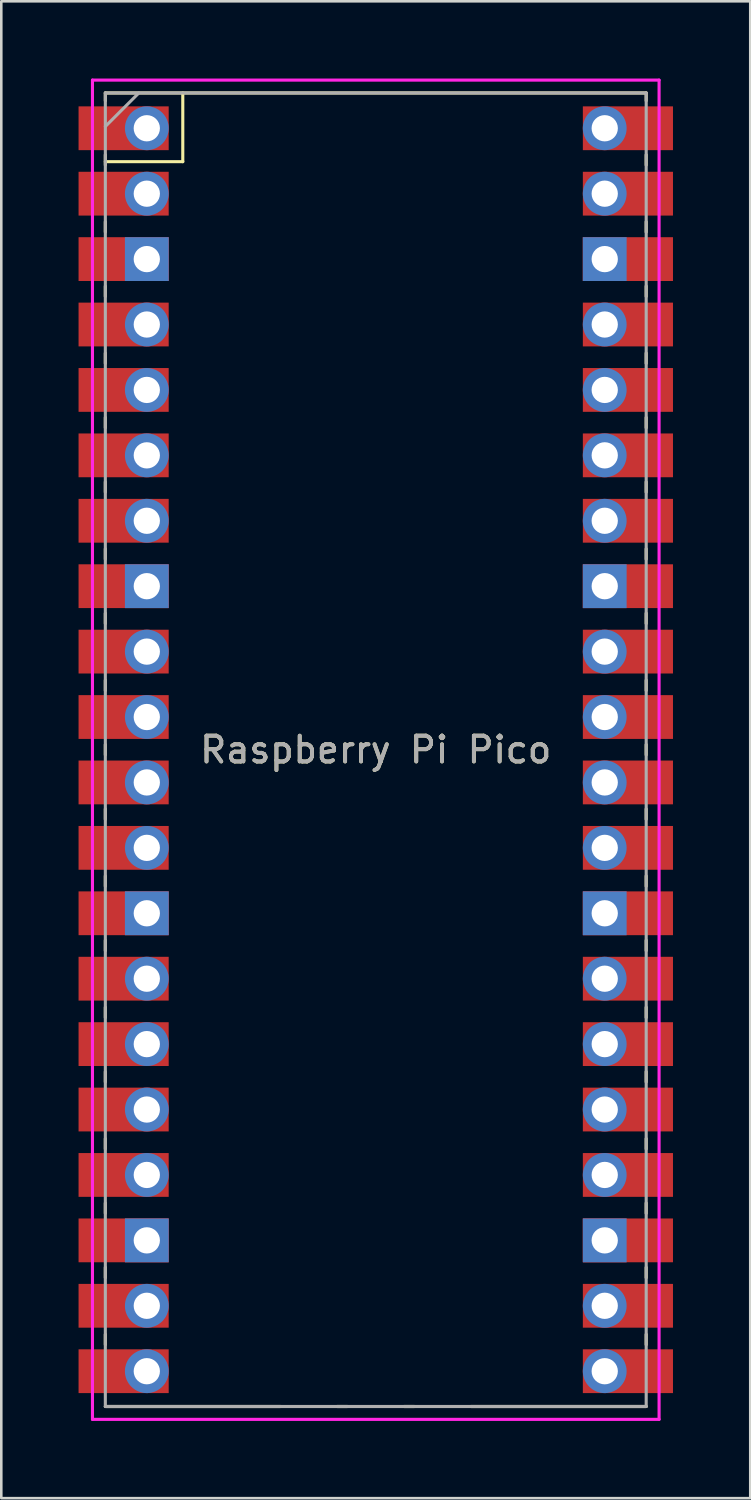
<source format=kicad_pcb>
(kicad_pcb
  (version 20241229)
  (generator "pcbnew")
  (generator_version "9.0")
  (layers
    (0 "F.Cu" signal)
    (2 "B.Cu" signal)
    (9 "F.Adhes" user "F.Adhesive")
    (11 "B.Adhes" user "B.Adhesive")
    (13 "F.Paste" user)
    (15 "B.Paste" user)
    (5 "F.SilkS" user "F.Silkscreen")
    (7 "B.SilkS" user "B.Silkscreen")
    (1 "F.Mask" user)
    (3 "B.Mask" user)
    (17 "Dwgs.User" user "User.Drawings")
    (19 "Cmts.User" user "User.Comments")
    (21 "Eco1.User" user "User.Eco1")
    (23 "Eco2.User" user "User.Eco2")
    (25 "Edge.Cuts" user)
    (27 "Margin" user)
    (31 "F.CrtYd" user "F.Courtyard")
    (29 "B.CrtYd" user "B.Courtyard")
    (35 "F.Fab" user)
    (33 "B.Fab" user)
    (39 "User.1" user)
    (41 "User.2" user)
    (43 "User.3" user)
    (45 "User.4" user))
  (footprint "Raspberry Pi Pico"
    (layer "F.Cu")
    (at 11.54 26.06)
    (property "Reference" "Raspberry Pi Pico" (at 0 0 0) (layer "F.SilkS") (effects (font (size 1 1) (thickness 0.15))))
    (attr through_hole)
    (fp_line (start -10.5 -25.5) (end -10.5 -25.2) (stroke (width 0.12) (type solid)) (layer "F.SilkS"))
    (fp_line (start -10.5 -25.5) (end 10.5 -25.5) (stroke (width 0.12) (type solid)) (layer "F.SilkS"))
    (fp_line (start -10.5 -23.1) (end -10.5 -22.7) (stroke (width 0.12) (type solid)) (layer "F.SilkS"))
    (fp_line (start -10.5 -22.833) (end -7.493 -22.833) (stroke (width 0.12) (type solid)) (layer "F.SilkS"))
    (fp_line (start -10.5 -20.5) (end -10.5 -20.1) (stroke (width 0.12) (type solid)) (layer "F.SilkS"))
    (fp_line (start -10.5 -18) (end -10.5 -17.6) (stroke (width 0.12) (type solid)) (layer "F.SilkS"))
    (fp_line (start -10.5 -15.4) (end -10.5 -15) (stroke (width 0.12) (type solid)) (layer "F.SilkS"))
    (fp_line (start -10.5 -12.9) (end -10.5 -12.5) (stroke (width 0.12) (type solid)) (layer "F.SilkS"))
    (fp_line (start -10.5 -10.4) (end -10.5 -10) (stroke (width 0.12) (type solid)) (layer "F.SilkS"))
    (fp_line (start -10.5 -7.8) (end -10.5 -7.4) (stroke (width 0.12) (type solid)) (layer "F.SilkS"))
    (fp_line (start -10.5 -5.3) (end -10.5 -4.9) (stroke (width 0.12) (type solid)) (layer "F.SilkS"))
    (fp_line (start -10.5 -2.7) (end -10.5 -2.3) (stroke (width 0.12) (type solid)) (layer "F.SilkS"))
    (fp_line (start -10.5 -0.2) (end -10.5 0.2) (stroke (width 0.12) (type solid)) (layer "F.SilkS"))
    (fp_line (start -10.5 2.3) (end -10.5 2.7) (stroke (width 0.12) (type solid)) (layer "F.SilkS"))
    (fp_line (start -10.5 4.9) (end -10.5 5.3) (stroke (width 0.12) (type solid)) (layer "F.SilkS"))
    (fp_line (start -10.5 7.4) (end -10.5 7.8) (stroke (width 0.12) (type solid)) (layer "F.SilkS"))
    (fp_line (start -10.5 10) (end -10.5 10.4) (stroke (width 0.12) (type solid)) (layer "F.SilkS"))
    (fp_line (start -10.5 12.5) (end -10.5 12.9) (stroke (width 0.12) (type solid)) (layer "F.SilkS"))
    (fp_line (start -10.5 15.1) (end -10.5 15.5) (stroke (width 0.12) (type solid)) (layer "F.SilkS"))
    (fp_line (start -10.5 17.6) (end -10.5 18) (stroke (width 0.12) (type solid)) (layer "F.SilkS"))
    (fp_line (start -10.5 20.1) (end -10.5 20.5) (stroke (width 0.12) (type solid)) (layer "F.SilkS"))
    (fp_line (start -10.5 22.7) (end -10.5 23.1) (stroke (width 0.12) (type solid)) (layer "F.SilkS"))
    (fp_line (start -7.493 -22.833) (end -7.493 -25.5) (stroke (width 0.12) (type solid)) (layer "F.SilkS"))
    (fp_line (start -3.7 25.5) (end -10.5 25.5) (stroke (width 0.12) (type solid)) (layer "F.SilkS"))
    (fp_line (start -1.5 25.5) (end -1.1 25.5) (stroke (width 0.12) (type solid)) (layer "F.SilkS"))
    (fp_line (start 1.1 25.5) (end 1.5 25.5) (stroke (width 0.12) (type solid)) (layer "F.SilkS"))
    (fp_line (start 10.5 -25.5) (end 10.5 -25.2) (stroke (width 0.12) (type solid)) (layer "F.SilkS"))
    (fp_line (start 10.5 -23.1) (end 10.5 -22.7) (stroke (width 0.12) (type solid)) (layer "F.SilkS"))
    (fp_line (start 10.5 -20.5) (end 10.5 -20.1) (stroke (width 0.12) (type solid)) (layer "F.SilkS"))
    (fp_line (start 10.5 -18) (end 10.5 -17.6) (stroke (width 0.12) (type solid)) (layer "F.SilkS"))
    (fp_line (start 10.5 -15.4) (end 10.5 -15) (stroke (width 0.12) (type solid)) (layer "F.SilkS"))
    (fp_line (start 10.5 -12.9) (end 10.5 -12.5) (stroke (width 0.12) (type solid)) (layer "F.SilkS"))
    (fp_line (start 10.5 -10.4) (end 10.5 -10) (stroke (width 0.12) (type solid)) (layer "F.SilkS"))
    (fp_line (start 10.5 -7.8) (end 10.5 -7.4) (stroke (width 0.12) (type solid)) (layer "F.SilkS"))
    (fp_line (start 10.5 -5.3) (end 10.5 -4.9) (stroke (width 0.12) (type solid)) (layer "F.SilkS"))
    (fp_line (start 10.5 -2.7) (end 10.5 -2.3) (stroke (width 0.12) (type solid)) (layer "F.SilkS"))
    (fp_line (start 10.5 -0.2) (end 10.5 0.2) (stroke (width 0.12) (type solid)) (layer "F.SilkS"))
    (fp_line (start 10.5 2.3) (end 10.5 2.7) (stroke (width 0.12) (type solid)) (layer "F.SilkS"))
    (fp_line (start 10.5 4.9) (end 10.5 5.3) (stroke (width 0.12) (type solid)) (layer "F.SilkS"))
    (fp_line (start 10.5 7.4) (end 10.5 7.8) (stroke (width 0.12) (type solid)) (layer "F.SilkS"))
    (fp_line (start 10.5 10) (end 10.5 10.4) (stroke (width 0.12) (type solid)) (layer "F.SilkS"))
    (fp_line (start 10.5 12.5) (end 10.5 12.9) (stroke (width 0.12) (type solid)) (layer "F.SilkS"))
    (fp_line (start 10.5 15.1) (end 10.5 15.5) (stroke (width 0.12) (type solid)) (layer "F.SilkS"))
    (fp_line (start 10.5 17.6) (end 10.5 18) (stroke (width 0.12) (type solid)) (layer "F.SilkS"))
    (fp_line (start 10.5 20.1) (end 10.5 20.5) (stroke (width 0.12) (type solid)) (layer "F.SilkS"))
    (fp_line (start 10.5 22.7) (end 10.5 23.1) (stroke (width 0.12) (type solid)) (layer "F.SilkS"))
    (fp_line (start 10.5 25.5) (end 3.7 25.5) (stroke (width 0.12) (type solid)) (layer "F.SilkS"))
    (fp_line (start -11 -26) (end 11 -26) (stroke (width 0.12) (type solid)) (layer "F.CrtYd"))
    (fp_line (start -11 26) (end -11 -26) (stroke (width 0.12) (type solid)) (layer "F.CrtYd"))
    (fp_line (start 11 -26) (end 11 26) (stroke (width 0.12) (type solid)) (layer "F.CrtYd"))
    (fp_line (start 11 26) (end -11 26) (stroke (width 0.12) (type solid)) (layer "F.CrtYd"))
    (fp_line (start -10.5 -25.5) (end 10.5 -25.5) (stroke (width 0.12) (type solid)) (layer "F.Fab"))
    (fp_line (start -10.5 -24.2) (end -9.2 -25.5) (stroke (width 0.12) (type solid)) (layer "F.Fab"))
    (fp_line (start -10.5 25.5) (end -10.5 -25.5) (stroke (width 0.12) (type solid)) (layer "F.Fab"))
    (fp_line (start 10.5 -25.5) (end 10.5 25.5) (stroke (width 0.12) (type solid)) (layer "F.Fab"))
    (fp_line (start 10.5 25.5) (end -10.5 25.5) (stroke (width 0.12) (type solid)) (layer "F.Fab"))
    (fp_text user "${REFERENCE}" (at 0 0 180) (layer "F.Fab") (effects (font (size 1 1) (thickness 0.15))))
    (pad "1" thru_hole oval (at -8.89 -24.13) (size 1.7 1.7) (drill 1.02) (layers "*.Cu" "*.Mask"))
    (pad "1" smd rect (at -8.89 -24.13) (size 3.5 1.7) (drill (offset -0.9 0)) (layers "F.Cu" "F.Mask" "F.Paste"))
    (pad "2" thru_hole oval (at -8.89 -21.59) (size 1.7 1.7) (drill 1.02) (layers "*.Cu" "*.Mask"))
    (pad "2" smd rect (at -8.89 -21.59) (size 3.5 1.7) (drill (offset -0.9 0)) (layers "F.Cu" "F.Mask" "F.Paste"))
    (pad "3" thru_hole rect (at -8.89 -19.05) (size 1.7 1.7) (drill 1.02) (layers "*.Cu" "*.Mask"))
    (pad "3" smd rect (at -8.89 -19.05) (size 3.5 1.7) (drill (offset -0.9 0)) (layers "F.Cu" "F.Mask" "F.Paste"))
    (pad "4" thru_hole oval (at -8.89 -16.51) (size 1.7 1.7) (drill 1.02) (layers "*.Cu" "*.Mask"))
    (pad "4" smd rect (at -8.89 -16.51) (size 3.5 1.7) (drill (offset -0.9 0)) (layers "F.Cu" "F.Mask" "F.Paste"))
    (pad "5" thru_hole oval (at -8.89 -13.97) (size 1.7 1.7) (drill 1.02) (layers "*.Cu" "*.Mask"))
    (pad "5" smd rect (at -8.89 -13.97) (size 3.5 1.7) (drill (offset -0.9 0)) (layers "F.Cu" "F.Mask" "F.Paste"))
    (pad "6" thru_hole oval (at -8.89 -11.43) (size 1.7 1.7) (drill 1.02) (layers "*.Cu" "*.Mask"))
    (pad "6" smd rect (at -8.89 -11.43) (size 3.5 1.7) (drill (offset -0.9 0)) (layers "F.Cu" "F.Mask" "F.Paste"))
    (pad "7" thru_hole oval (at -8.89 -8.89) (size 1.7 1.7) (drill 1.02) (layers "*.Cu" "*.Mask"))
    (pad "7" smd rect (at -8.89 -8.89) (size 3.5 1.7) (drill (offset -0.9 0)) (layers "F.Cu" "F.Mask" "F.Paste"))
    (pad "8" thru_hole rect (at -8.89 -6.35) (size 1.7 1.7) (drill 1.02) (layers "*.Cu" "*.Mask"))
    (pad "8" smd rect (at -8.89 -6.35) (size 3.5 1.7) (drill (offset -0.9 0)) (layers "F.Cu" "F.Mask" "F.Paste"))
    (pad "9" thru_hole oval (at -8.89 -3.81) (size 1.7 1.7) (drill 1.02) (layers "*.Cu" "*.Mask"))
    (pad "9" smd rect (at -8.89 -3.81) (size 3.5 1.7) (drill (offset -0.9 0)) (layers "F.Cu" "F.Mask" "F.Paste"))
    (pad "10" thru_hole oval (at -8.89 -1.27) (size 1.7 1.7) (drill 1.02) (layers "*.Cu" "*.Mask"))
    (pad "10" smd rect (at -8.89 -1.27) (size 3.5 1.7) (drill (offset -0.9 0)) (layers "F.Cu" "F.Mask" "F.Paste"))
    (pad "11" thru_hole oval (at -8.89 1.27) (size 1.7 1.7) (drill 1.02) (layers "*.Cu" "*.Mask"))
    (pad "11" smd rect (at -8.89 1.27) (size 3.5 1.7) (drill (offset -0.9 0)) (layers "F.Cu" "F.Mask" "F.Paste"))
    (pad "12" thru_hole oval (at -8.89 3.81) (size 1.7 1.7) (drill 1.02) (layers "*.Cu" "*.Mask"))
    (pad "12" smd rect (at -8.89 3.81) (size 3.5 1.7) (drill (offset -0.9 0)) (layers "F.Cu" "F.Mask" "F.Paste"))
    (pad "13" thru_hole rect (at -8.89 6.35) (size 1.7 1.7) (drill 1.02) (layers "*.Cu" "*.Mask"))
    (pad "13" smd rect (at -8.89 6.35) (size 3.5 1.7) (drill (offset -0.9 0)) (layers "F.Cu" "F.Mask" "F.Paste"))
    (pad "14" thru_hole oval (at -8.89 8.89) (size 1.7 1.7) (drill 1.02) (layers "*.Cu" "*.Mask"))
    (pad "14" smd rect (at -8.89 8.89) (size 3.5 1.7) (drill (offset -0.9 0)) (layers "F.Cu" "F.Mask" "F.Paste"))
    (pad "15" thru_hole oval (at -8.89 11.43) (size 1.7 1.7) (drill 1.02) (layers "*.Cu" "*.Mask"))
    (pad "15" smd rect (at -8.89 11.43) (size 3.5 1.7) (drill (offset -0.9 0)) (layers "F.Cu" "F.Mask" "F.Paste"))
    (pad "16" thru_hole oval (at -8.89 13.97) (size 1.7 1.7) (drill 1.02) (layers "*.Cu" "*.Mask"))
    (pad "16" smd rect (at -8.89 13.97) (size 3.5 1.7) (drill (offset -0.9 0)) (layers "F.Cu" "F.Mask" "F.Paste"))
    (pad "17" thru_hole oval (at -8.89 16.51) (size 1.7 1.7) (drill 1.02) (layers "*.Cu" "*.Mask"))
    (pad "17" smd rect (at -8.89 16.51) (size 3.5 1.7) (drill (offset -0.9 0)) (layers "F.Cu" "F.Mask" "F.Paste"))
    (pad "18" thru_hole rect (at -8.89 19.05) (size 1.7 1.7) (drill 1.02) (layers "*.Cu" "*.Mask"))
    (pad "18" smd rect (at -8.89 19.05) (size 3.5 1.7) (drill (offset -0.9 0)) (layers "F.Cu" "F.Mask" "F.Paste"))
    (pad "19" thru_hole oval (at -8.89 21.59) (size 1.7 1.7) (drill 1.02) (layers "*.Cu" "*.Mask"))
    (pad "19" smd rect (at -8.89 21.59) (size 3.5 1.7) (drill (offset -0.9 0)) (layers "F.Cu" "F.Mask" "F.Paste"))
    (pad "20" thru_hole oval (at -8.89 24.13) (size 1.7 1.7) (drill 1.02) (layers "*.Cu" "*.Mask"))
    (pad "20" smd rect (at -8.89 24.13) (size 3.5 1.7) (drill (offset -0.9 0)) (layers "F.Cu" "F.Mask" "F.Paste"))
    (pad "21" thru_hole oval (at 8.89 24.13) (size 1.7 1.7) (drill 1.02) (layers "*.Cu" "*.Mask"))
    (pad "21" smd rect (at 8.89 24.13) (size 3.5 1.7) (drill (offset 0.9 0)) (layers "F.Cu" "F.Mask" "F.Paste"))
    (pad "22" thru_hole oval (at 8.89 21.59) (size 1.7 1.7) (drill 1.02) (layers "*.Cu" "*.Mask"))
    (pad "22" smd rect (at 8.89 21.59) (size 3.5 1.7) (drill (offset 0.9 0)) (layers "F.Cu" "F.Mask" "F.Paste"))
    (pad "23" thru_hole rect (at 8.89 19.05) (size 1.7 1.7) (drill 1.02) (layers "*.Cu" "*.Mask"))
    (pad "23" smd rect (at 8.89 19.05) (size 3.5 1.7) (drill (offset 0.9 0)) (layers "F.Cu" "F.Mask" "F.Paste"))
    (pad "24" thru_hole oval (at 8.89 16.51) (size 1.7 1.7) (drill 1.02) (layers "*.Cu" "*.Mask"))
    (pad "24" smd rect (at 8.89 16.51) (size 3.5 1.7) (drill (offset 0.9 0)) (layers "F.Cu" "F.Mask" "F.Paste"))
    (pad "25" thru_hole oval (at 8.89 13.97) (size 1.7 1.7) (drill 1.02) (layers "*.Cu" "*.Mask"))
    (pad "25" smd rect (at 8.89 13.97) (size 3.5 1.7) (drill (offset 0.9 0)) (layers "F.Cu" "F.Mask" "F.Paste"))
    (pad "26" thru_hole oval (at 8.89 11.43) (size 1.7 1.7) (drill 1.02) (layers "*.Cu" "*.Mask"))
    (pad "26" smd rect (at 8.89 11.43) (size 3.5 1.7) (drill (offset 0.9 0)) (layers "F.Cu" "F.Mask" "F.Paste"))
    (pad "27" thru_hole oval (at 8.89 8.89) (size 1.7 1.7) (drill 1.02) (layers "*.Cu" "*.Mask"))
    (pad "27" smd rect (at 8.89 8.89) (size 3.5 1.7) (drill (offset 0.9 0)) (layers "F.Cu" "F.Mask" "F.Paste"))
    (pad "28" thru_hole rect (at 8.89 6.35) (size 1.7 1.7) (drill 1.02) (layers "*.Cu" "*.Mask"))
    (pad "28" smd rect (at 8.89 6.35) (size 3.5 1.7) (drill (offset 0.9 0)) (layers "F.Cu" "F.Mask" "F.Paste"))
    (pad "29" thru_hole oval (at 8.89 3.81) (size 1.7 1.7) (drill 1.02) (layers "*.Cu" "*.Mask"))
    (pad "29" smd rect (at 8.89 3.81) (size 3.5 1.7) (drill (offset 0.9 0)) (layers "F.Cu" "F.Mask" "F.Paste"))
    (pad "30" thru_hole oval (at 8.89 1.27) (size 1.7 1.7) (drill 1.02) (layers "*.Cu" "*.Mask"))
    (pad "30" smd rect (at 8.89 1.27) (size 3.5 1.7) (drill (offset 0.9 0)) (layers "F.Cu" "F.Mask" "F.Paste"))
    (pad "31" thru_hole oval (at 8.89 -1.27) (size 1.7 1.7) (drill 1.02) (layers "*.Cu" "*.Mask"))
    (pad "31" smd rect (at 8.89 -1.27) (size 3.5 1.7) (drill (offset 0.9 0)) (layers "F.Cu" "F.Mask" "F.Paste"))
    (pad "32" thru_hole oval (at 8.89 -3.81) (size 1.7 1.7) (drill 1.02) (layers "*.Cu" "*.Mask"))
    (pad "32" smd rect (at 8.89 -3.81) (size 3.5 1.7) (drill (offset 0.9 0)) (layers "F.Cu" "F.Mask" "F.Paste"))
    (pad "33" thru_hole rect (at 8.89 -6.35) (size 1.7 1.7) (drill 1.02) (layers "*.Cu" "*.Mask"))
    (pad "33" smd rect (at 8.89 -6.35) (size 3.5 1.7) (drill (offset 0.9 0)) (layers "F.Cu" "F.Mask" "F.Paste"))
    (pad "34" thru_hole oval (at 8.89 -8.89) (size 1.7 1.7) (drill 1.02) (layers "*.Cu" "*.Mask"))
    (pad "34" smd rect (at 8.89 -8.89) (size 3.5 1.7) (drill (offset 0.9 0)) (layers "F.Cu" "F.Mask" "F.Paste"))
    (pad "35" thru_hole oval (at 8.89 -11.43) (size 1.7 1.7) (drill 1.02) (layers "*.Cu" "*.Mask"))
    (pad "35" smd rect (at 8.89 -11.43) (size 3.5 1.7) (drill (offset 0.9 0)) (layers "F.Cu" "F.Mask" "F.Paste"))
    (pad "36" thru_hole oval (at 8.89 -13.97) (size 1.7 1.7) (drill 1.02) (layers "*.Cu" "*.Mask"))
    (pad "36" smd rect (at 8.89 -13.97) (size 3.5 1.7) (drill (offset 0.9 0)) (layers "F.Cu" "F.Mask" "F.Paste"))
    (pad "37" thru_hole oval (at 8.89 -16.51) (size 1.7 1.7) (drill 1.02) (layers "*.Cu" "*.Mask"))
    (pad "37" smd rect (at 8.89 -16.51) (size 3.5 1.7) (drill (offset 0.9 0)) (layers "F.Cu" "F.Mask" "F.Paste"))
    (pad "38" thru_hole rect (at 8.89 -19.05) (size 1.7 1.7) (drill 1.02) (layers "*.Cu" "*.Mask"))
    (pad "38" smd rect (at 8.89 -19.05) (size 3.5 1.7) (drill (offset 0.9 0)) (layers "F.Cu" "F.Mask" "F.Paste"))
    (pad "39" thru_hole oval (at 8.89 -21.59) (size 1.7 1.7) (drill 1.02) (layers "*.Cu" "*.Mask"))
    (pad "39" smd rect (at 8.89 -21.59) (size 3.5 1.7) (drill (offset 0.9 0)) (layers "F.Cu" "F.Mask" "F.Paste"))
    (pad "40" thru_hole oval (at 8.89 -24.13) (size 1.7 1.7) (drill 1.02) (layers "*.Cu" "*.Mask"))
    (pad "40" smd rect (at 8.89 -24.13) (size 3.5 1.7) (drill (offset 0.9 0)) (layers "F.Cu" "F.Mask" "F.Paste")))
  (gr_rect
    (start -3 -3)
    (end 26.08 55.12)
    (stroke (width 0.1) (type default))
    (fill no)
    (layer "Edge.Cuts")))
</source>
